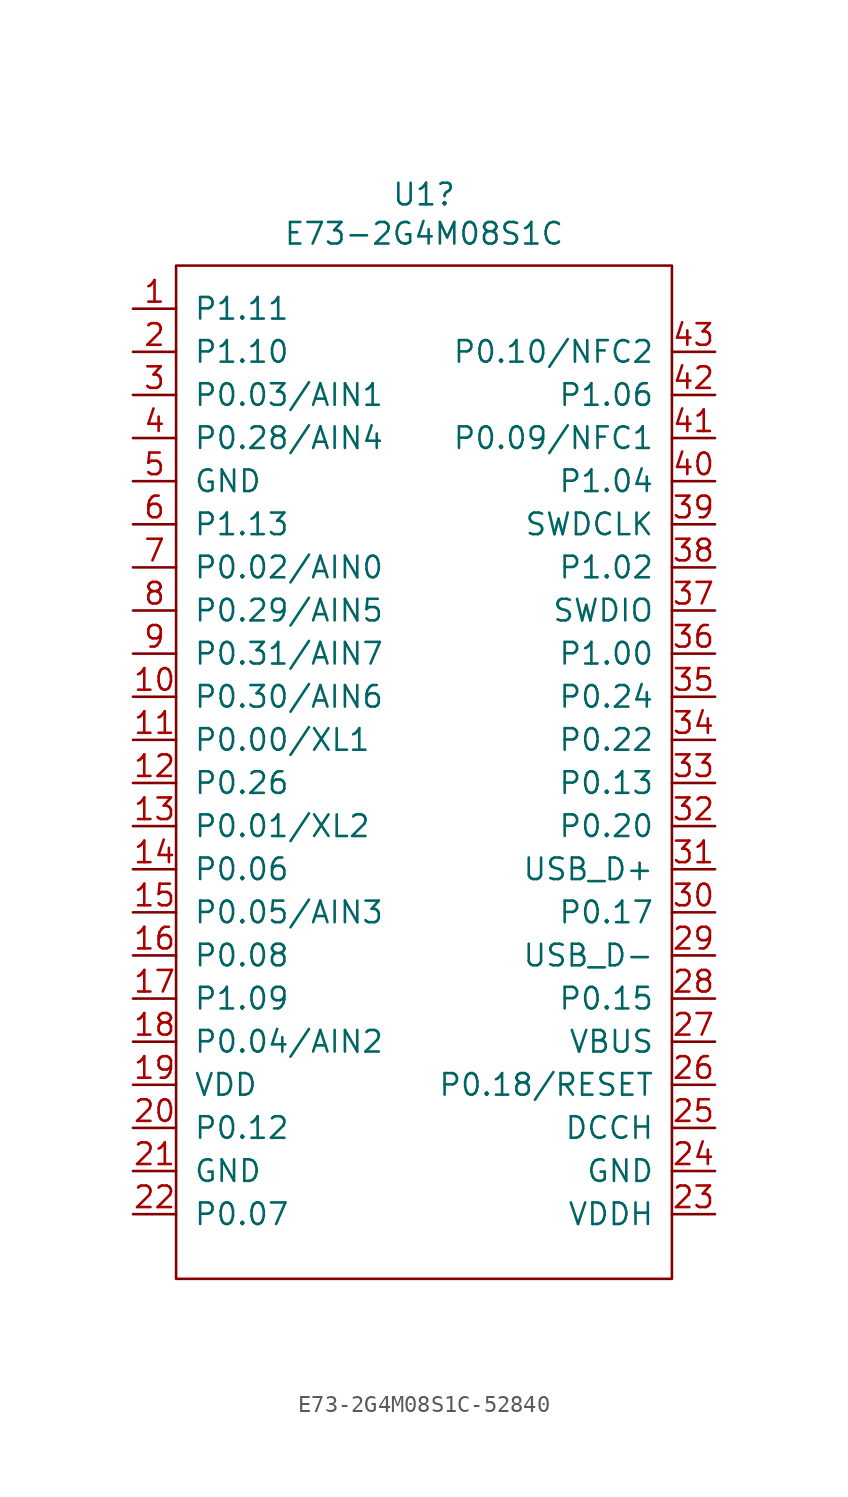
<source format=kicad_sym>
(kicad_symbol_lib
  (version 20231120)
  (generator "kicad_symbol_editor")
  (generator_version "8.0")
  (symbol "E73-2G4M08S1C-52840"
    (pin_names
      (offset 1.016))
    (property "Reference" "U1"
      (at -0.635 34.671 0)
      (effects (font (size 1.27 1.27))))
    (property "Value" "E73-2G4M08S1C"
      (at -0.635 32.36 0)
      (effects (font (size 1.27 1.27))))
    (symbol "E73-2G4M08S1C-52840_0_1"
      (rectangle (start -15.24 30.48) (end 13.97 -29.21) (stroke (width 0) (type default)) (fill (type none))))
    (symbol "E73-2G4M08S1C-52840_1_1"
      (pin input line (at -17.78 27.94 0) (length 2.54) (name "P1.11" (effects (font (size 1.27 1.27)))) (number "1" (effects (font (size 1.27 1.27)))))
      (pin input line (at -17.78 5.08 0) (length 2.54) (name "P0.30/AIN6" (effects (font (size 1.27 1.27)))) (number "10" (effects (font (size 1.27 1.27)))))
      (pin input line (at -17.78 2.54 0) (length 2.54) (name "P0.00/XL1" (effects (font (size 1.27 1.27)))) (number "11" (effects (font (size 1.27 1.27)))))
      (pin input line (at -17.78 0 0) (length 2.54) (name "P0.26" (effects (font (size 1.27 1.27)))) (number "12" (effects (font (size 1.27 1.27)))))
      (pin input line (at -17.78 -2.54 0) (length 2.54) (name "P0.01/XL2" (effects (font (size 1.27 1.27)))) (number "13" (effects (font (size 1.27 1.27)))))
      (pin input line (at -17.78 -5.08 0) (length 2.54) (name "P0.06" (effects (font (size 1.27 1.27)))) (number "14" (effects (font (size 1.27 1.27)))))
      (pin input line (at -17.78 -7.62 0) (length 2.54) (name "P0.05/AIN3" (effects (font (size 1.27 1.27)))) (number "15" (effects (font (size 1.27 1.27)))))
      (pin input line (at -17.78 -10.16 0) (length 2.54) (name "P0.08" (effects (font (size 1.27 1.27)))) (number "16" (effects (font (size 1.27 1.27)))))
      (pin input line (at -17.78 -12.7 0) (length 2.54) (name "P1.09" (effects (font (size 1.27 1.27)))) (number "17" (effects (font (size 1.27 1.27)))))
      (pin input line (at -17.78 -15.24 0) (length 2.54) (name "P0.04/AIN2" (effects (font (size 1.27 1.27)))) (number "18" (effects (font (size 1.27 1.27)))))
      (pin power_in line (at -17.78 -17.78 0) (length 2.54) (name "VDD" (effects (font (size 1.27 1.27)))) (number "19" (effects (font (size 1.27 1.27)))))
      (pin input line (at -17.78 25.4 0) (length 2.54) (name "P1.10" (effects (font (size 1.27 1.27)))) (number "2" (effects (font (size 1.27 1.27)))))
      (pin input line (at -17.78 -20.32 0) (length 2.54) (name "P0.12" (effects (font (size 1.27 1.27)))) (number "20" (effects (font (size 1.27 1.27)))))
      (pin power_in line (at -17.78 -22.86 0) (length 2.54) (name "GND" (effects (font (size 1.27 1.27)))) (number "21" (effects (font (size 1.27 1.27)))))
      (pin input line (at -17.78 -25.4 0) (length 2.54) (name "P0.07" (effects (font (size 1.27 1.27)))) (number "22" (effects (font (size 1.27 1.27)))))
      (pin power_in line (at 16.51 -25.4 180) (length 2.54) (name "VDDH" (effects (font (size 1.27 1.27)))) (number "23" (effects (font (size 1.27 1.27)))))
      (pin power_in line (at 16.51 -22.86 180) (length 2.54) (name "GND" (effects (font (size 1.27 1.27)))) (number "24" (effects (font (size 1.27 1.27)))))
      (pin power_out line (at 16.51 -20.32 180) (length 2.54) (name "DCCH" (effects (font (size 1.27 1.27)))) (number "25" (effects (font (size 1.27 1.27)))))
      (pin input line (at 16.51 -17.78 180) (length 2.54) (name "P0.18/RESET" (effects (font (size 1.27 1.27)))) (number "26" (effects (font (size 1.27 1.27)))))
      (pin power_in line (at 16.51 -15.24 180) (length 2.54) (name "VBUS" (effects (font (size 1.27 1.27)))) (number "27" (effects (font (size 1.27 1.27)))))
      (pin power_in line (at 16.51 -12.7 180) (length 2.54) (name "P0.15" (effects (font (size 1.27 1.27)))) (number "28" (effects (font (size 1.27 1.27)))))
      (pin input line (at 16.51 -10.16 180) (length 2.54) (name "USB_D-" (effects (font (size 1.27 1.27)))) (number "29" (effects (font (size 1.27 1.27)))))
      (pin input line (at -17.78 22.86 0) (length 2.54) (name "P0.03/AIN1" (effects (font (size 1.27 1.27)))) (number "3" (effects (font (size 1.27 1.27)))))
      (pin input line (at 16.51 -7.62 180) (length 2.54) (name "P0.17" (effects (font (size 1.27 1.27)))) (number "30" (effects (font (size 1.27 1.27)))))
      (pin input line (at 16.51 -5.08 180) (length 2.54) (name "USB_D+" (effects (font (size 1.27 1.27)))) (number "31" (effects (font (size 1.27 1.27)))))
      (pin input line (at 16.51 -2.54 180) (length 2.54) (name "P0.20" (effects (font (size 1.27 1.27)))) (number "32" (effects (font (size 1.27 1.27)))))
      (pin input line (at 16.51 0 180) (length 2.54) (name "P0.13" (effects (font (size 1.27 1.27)))) (number "33" (effects (font (size 1.27 1.27)))))
      (pin input line (at 16.51 2.54 180) (length 2.54) (name "P0.22" (effects (font (size 1.27 1.27)))) (number "34" (effects (font (size 1.27 1.27)))))
      (pin input line (at 16.51 5.08 180) (length 2.54) (name "P0.24" (effects (font (size 1.27 1.27)))) (number "35" (effects (font (size 1.27 1.27)))))
      (pin input line (at 16.51 7.62 180) (length 2.54) (name "P1.00" (effects (font (size 1.27 1.27)))) (number "36" (effects (font (size 1.27 1.27)))))
      (pin input line (at 16.51 10.16 180) (length 2.54) (name "SWDIO" (effects (font (size 1.27 1.27)))) (number "37" (effects (font (size 1.27 1.27)))))
      (pin input line (at 16.51 12.7 180) (length 2.54) (name "P1.02" (effects (font (size 1.27 1.27)))) (number "38" (effects (font (size 1.27 1.27)))))
      (pin input line (at 16.51 15.24 180) (length 2.54) (name "SWDCLK" (effects (font (size 1.27 1.27)))) (number "39" (effects (font (size 1.27 1.27)))))
      (pin input line (at -17.78 20.32 0) (length 2.54) (name "P0.28/AIN4" (effects (font (size 1.27 1.27)))) (number "4" (effects (font (size 1.27 1.27)))))
      (pin input line (at 16.51 17.78 180) (length 2.54) (name "P1.04" (effects (font (size 1.27 1.27)))) (number "40" (effects (font (size 1.27 1.27)))))
      (pin input line (at 16.51 20.32 180) (length 2.54) (name "P0.09/NFC1" (effects (font (size 1.27 1.27)))) (number "41" (effects (font (size 1.27 1.27)))))
      (pin input line (at 16.51 22.86 180) (length 2.54) (name "P1.06" (effects (font (size 1.27 1.27)))) (number "42" (effects (font (size 1.27 1.27)))))
      (pin input line (at 16.51 25.4 180) (length 2.54) (name "P0.10/NFC2" (effects (font (size 1.27 1.27)))) (number "43" (effects (font (size 1.27 1.27)))))
      (pin power_in line (at -17.78 17.78 0) (length 2.54) (name "GND" (effects (font (size 1.27 1.27)))) (number "5" (effects (font (size 1.27 1.27)))))
      (pin input line (at -17.78 15.24 0) (length 2.54) (name "P1.13" (effects (font (size 1.27 1.27)))) (number "6" (effects (font (size 1.27 1.27)))))
      (pin input line (at -17.78 12.7 0) (length 2.54) (name "P0.02/AIN0" (effects (font (size 1.27 1.27)))) (number "7" (effects (font (size 1.27 1.27)))))
      (pin input line (at -17.78 10.16 0) (length 2.54) (name "P0.29/AIN5" (effects (font (size 1.27 1.27)))) (number "8" (effects (font (size 1.27 1.27)))))
      (pin input line (at -17.78 7.62 0) (length 2.54) (name "P0.31/AIN7" (effects (font (size 1.27 1.27)))) (number "9" (effects (font (size 1.27 1.27))))))))
</source>
